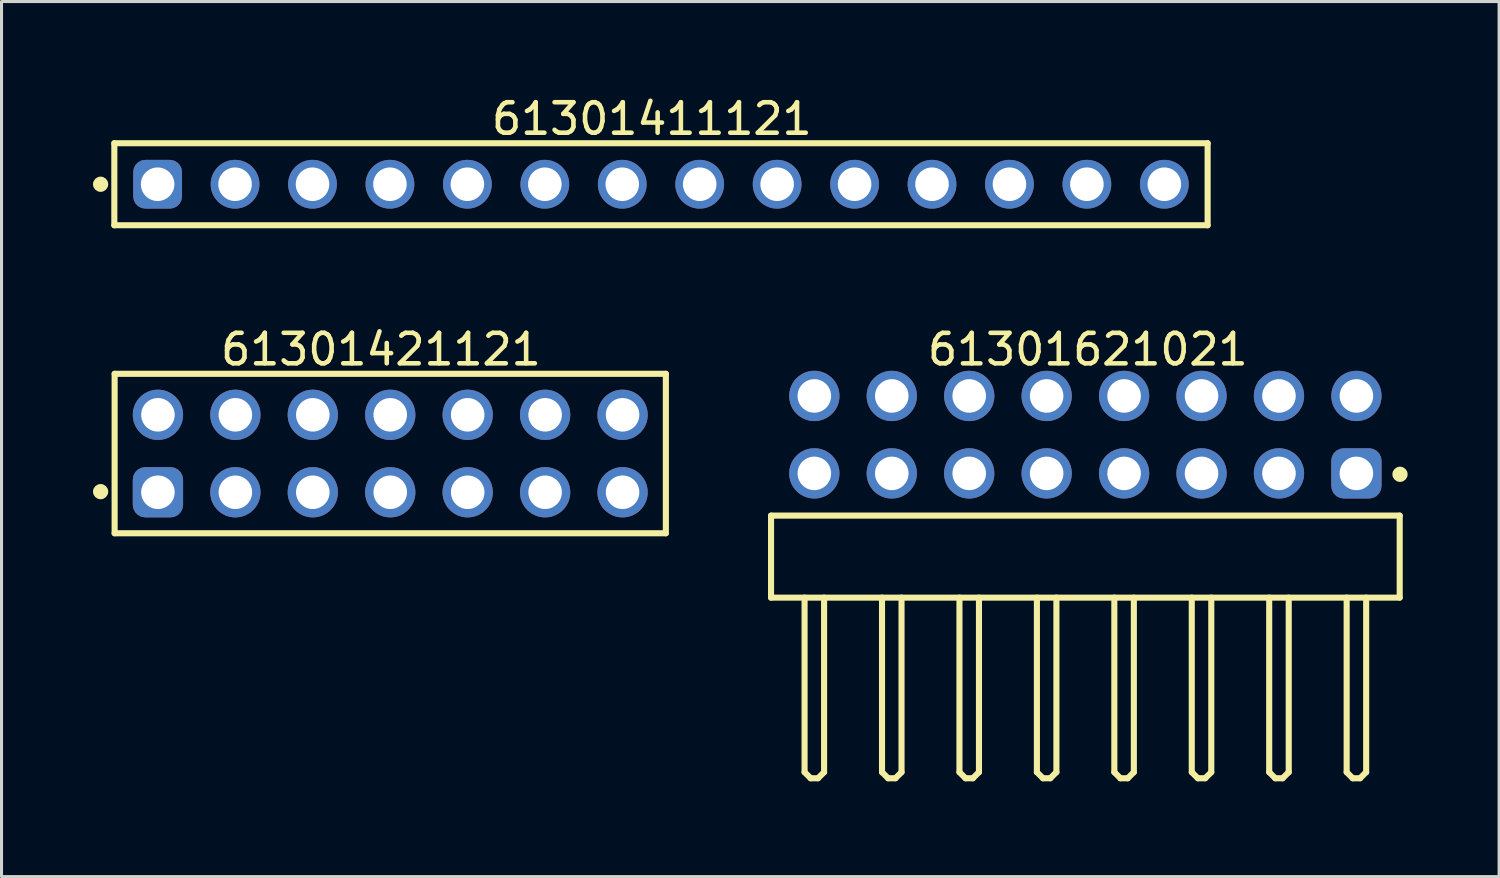
<source format=kicad_pcb>
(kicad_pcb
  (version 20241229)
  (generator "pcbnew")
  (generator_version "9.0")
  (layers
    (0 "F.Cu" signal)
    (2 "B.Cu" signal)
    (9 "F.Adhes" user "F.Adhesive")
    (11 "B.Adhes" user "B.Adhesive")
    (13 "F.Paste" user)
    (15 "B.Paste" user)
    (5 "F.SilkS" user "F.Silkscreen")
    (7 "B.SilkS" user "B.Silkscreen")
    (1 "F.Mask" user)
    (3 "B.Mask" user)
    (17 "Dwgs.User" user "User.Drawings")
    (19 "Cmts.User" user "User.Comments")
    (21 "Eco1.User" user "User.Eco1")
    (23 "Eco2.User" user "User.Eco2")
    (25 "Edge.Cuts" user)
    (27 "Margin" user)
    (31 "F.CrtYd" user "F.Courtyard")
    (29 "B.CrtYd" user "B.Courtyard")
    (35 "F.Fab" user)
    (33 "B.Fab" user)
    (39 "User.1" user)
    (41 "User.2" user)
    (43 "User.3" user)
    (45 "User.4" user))
  (footprint "61301621021"
    (layer "F.Cu")
    (at 32.55 15.207)
    (property "Reference" "61301621021" (at 0.08 -6.795 0) (layer "F.SilkS") (effects (font (size 1 1) (thickness 0.15))))
    (fp_line (start -10.31 -1.345) (end 10.31 -1.345) (stroke (width 0.2) (type solid)) (layer "F.SilkS"))
    (fp_line (start -10.31 1.345) (end -10.31 -1.345) (stroke (width 0.2) (type solid)) (layer "F.SilkS"))
    (fp_line (start -10.31 1.345) (end 10.31 1.345) (stroke (width 0.2) (type solid)) (layer "F.SilkS"))
    (fp_line (start -9.21 7.07) (end -9.21 1.345) (stroke (width 0.2) (type solid)) (layer "F.SilkS"))
    (fp_line (start -9.21 7.07) (end -9.01 7.27) (stroke (width 0.2) (type solid)) (layer "F.SilkS"))
    (fp_line (start -9.01 7.27) (end -8.77 7.27) (stroke (width 0.2) (type solid)) (layer "F.SilkS"))
    (fp_line (start -8.77 7.27) (end -8.57 7.07) (stroke (width 0.2) (type solid)) (layer "F.SilkS"))
    (fp_line (start -8.57 7.07) (end -8.57 1.345) (stroke (width 0.2) (type solid)) (layer "F.SilkS"))
    (fp_line (start -6.67 7.07) (end -6.67 1.345) (stroke (width 0.2) (type solid)) (layer "F.SilkS"))
    (fp_line (start -6.67 7.07) (end -6.47 7.27) (stroke (width 0.2) (type solid)) (layer "F.SilkS"))
    (fp_line (start -6.47 7.27) (end -6.23 7.27) (stroke (width 0.2) (type solid)) (layer "F.SilkS"))
    (fp_line (start -6.23 7.27) (end -6.03 7.07) (stroke (width 0.2) (type solid)) (layer "F.SilkS"))
    (fp_line (start -6.03 7.07) (end -6.03 1.345) (stroke (width 0.2) (type solid)) (layer "F.SilkS"))
    (fp_line (start -4.13 7.07) (end -4.13 1.345) (stroke (width 0.2) (type solid)) (layer "F.SilkS"))
    (fp_line (start -4.13 7.07) (end -3.93 7.27) (stroke (width 0.2) (type solid)) (layer "F.SilkS"))
    (fp_line (start -3.93 7.27) (end -3.69 7.27) (stroke (width 0.2) (type solid)) (layer "F.SilkS"))
    (fp_line (start -3.69 7.27) (end -3.49 7.07) (stroke (width 0.2) (type solid)) (layer "F.SilkS"))
    (fp_line (start -3.49 7.07) (end -3.49 1.345) (stroke (width 0.2) (type solid)) (layer "F.SilkS"))
    (fp_line (start -1.59 7.07) (end -1.59 1.345) (stroke (width 0.2) (type solid)) (layer "F.SilkS"))
    (fp_line (start -1.59 7.07) (end -1.39 7.27) (stroke (width 0.2) (type solid)) (layer "F.SilkS"))
    (fp_line (start -1.39 7.27) (end -1.15 7.27) (stroke (width 0.2) (type solid)) (layer "F.SilkS"))
    (fp_line (start -1.15 7.27) (end -0.95 7.07) (stroke (width 0.2) (type solid)) (layer "F.SilkS"))
    (fp_line (start -0.95 7.07) (end -0.95 1.345) (stroke (width 0.2) (type solid)) (layer "F.SilkS"))
    (fp_line (start 0.95 7.07) (end 0.95 1.345) (stroke (width 0.2) (type solid)) (layer "F.SilkS"))
    (fp_line (start 0.95 7.07) (end 1.15 7.27) (stroke (width 0.2) (type solid)) (layer "F.SilkS"))
    (fp_line (start 1.15 7.27) (end 1.39 7.27) (stroke (width 0.2) (type solid)) (layer "F.SilkS"))
    (fp_line (start 1.39 7.27) (end 1.59 7.07) (stroke (width 0.2) (type solid)) (layer "F.SilkS"))
    (fp_line (start 1.59 7.07) (end 1.59 1.345) (stroke (width 0.2) (type solid)) (layer "F.SilkS"))
    (fp_line (start 3.49 7.07) (end 3.49 1.345) (stroke (width 0.2) (type solid)) (layer "F.SilkS"))
    (fp_line (start 3.49 7.07) (end 3.69 7.27) (stroke (width 0.2) (type solid)) (layer "F.SilkS"))
    (fp_line (start 3.69 7.27) (end 3.93 7.27) (stroke (width 0.2) (type solid)) (layer "F.SilkS"))
    (fp_line (start 3.93 7.27) (end 4.13 7.07) (stroke (width 0.2) (type solid)) (layer "F.SilkS"))
    (fp_line (start 4.13 7.07) (end 4.13 1.345) (stroke (width 0.2) (type solid)) (layer "F.SilkS"))
    (fp_line (start 6.03 7.07) (end 6.03 1.345) (stroke (width 0.2) (type solid)) (layer "F.SilkS"))
    (fp_line (start 6.03 7.07) (end 6.23 7.27) (stroke (width 0.2) (type solid)) (layer "F.SilkS"))
    (fp_line (start 6.23 7.27) (end 6.47 7.27) (stroke (width 0.2) (type solid)) (layer "F.SilkS"))
    (fp_line (start 6.47 7.27) (end 6.67 7.07) (stroke (width 0.2) (type solid)) (layer "F.SilkS"))
    (fp_line (start 6.67 7.07) (end 6.67 1.345) (stroke (width 0.2) (type solid)) (layer "F.SilkS"))
    (fp_line (start 8.57 7.07) (end 8.57 1.345) (stroke (width 0.2) (type solid)) (layer "F.SilkS"))
    (fp_line (start 8.57 7.07) (end 8.77 7.27) (stroke (width 0.2) (type solid)) (layer "F.SilkS"))
    (fp_line (start 8.77 7.27) (end 9.01 7.27) (stroke (width 0.2) (type solid)) (layer "F.SilkS"))
    (fp_line (start 9.01 7.27) (end 9.21 7.07) (stroke (width 0.2) (type solid)) (layer "F.SilkS"))
    (fp_line (start 9.21 7.07) (end 9.21 1.345) (stroke (width 0.2) (type solid)) (layer "F.SilkS"))
    (fp_line (start 10.31 1.345) (end 10.31 -1.345) (stroke (width 0.2) (type solid)) (layer "F.SilkS"))
    (fp_circle (center 10.32 -2.7) (end 10.32 -2.825) (stroke (width 0.25) (type solid)) (fill no) (layer "F.SilkS"))
    (fp_line (start -10.51 -6.295) (end 10.51 -6.295) (stroke (width 0.05) (type solid)) (layer "Eco2.User"))
    (fp_line (start -10.51 7.47) (end -10.51 -6.295) (stroke (width 0.05) (type solid)) (layer "Eco2.User"))
    (fp_line (start -10.51 7.47) (end 10.51 7.47) (stroke (width 0.05) (type solid)) (layer "Eco2.User"))
    (fp_line (start -10.16 -1.27) (end 10.16 -1.27) (stroke (width 0.1) (type solid)) (layer "Eco2.User"))
    (fp_line (start -10.16 1.27) (end -10.16 -1.27) (stroke (width 0.1) (type solid)) (layer "Eco2.User"))
    (fp_line (start -10.16 1.27) (end 10.16 1.27) (stroke (width 0.1) (type solid)) (layer "Eco2.User"))
    (fp_line (start -9.21 -5.63) (end -8.57 -5.63) (stroke (width 0.1) (type solid)) (layer "Eco2.User"))
    (fp_line (start -9.21 -3.09) (end -8.57 -3.09) (stroke (width 0.1) (type solid)) (layer "Eco2.User"))
    (fp_line (start -9.21 -1.27) (end -9.21 -5.63) (stroke (width 0.1) (type solid)) (layer "Eco2.User"))
    (fp_line (start -9.21 7.07) (end -9.21 1.27) (stroke (width 0.1) (type solid)) (layer "Eco2.User"))
    (fp_line (start -9.21 7.07) (end -9.01 7.27) (stroke (width 0.1) (type solid)) (layer "Eco2.User"))
    (fp_line (start -9.01 7.27) (end -8.77 7.27) (stroke (width 0.1) (type solid)) (layer "Eco2.User"))
    (fp_line (start -8.77 7.27) (end -8.57 7.07) (stroke (width 0.1) (type solid)) (layer "Eco2.User"))
    (fp_line (start -8.57 -1.27) (end -8.57 -5.63) (stroke (width 0.1) (type solid)) (layer "Eco2.User"))
    (fp_line (start -8.57 7.07) (end -8.57 1.27) (stroke (width 0.1) (type solid)) (layer "Eco2.User"))
    (fp_line (start -6.67 -5.63) (end -6.03 -5.63) (stroke (width 0.1) (type solid)) (layer "Eco2.User"))
    (fp_line (start -6.67 -3.09) (end -6.03 -3.09) (stroke (width 0.1) (type solid)) (layer "Eco2.User"))
    (fp_line (start -6.67 -1.27) (end -6.67 -5.63) (stroke (width 0.1) (type solid)) (layer "Eco2.User"))
    (fp_line (start -6.67 7.07) (end -6.67 1.27) (stroke (width 0.1) (type solid)) (layer "Eco2.User"))
    (fp_line (start -6.67 7.07) (end -6.47 7.27) (stroke (width 0.1) (type solid)) (layer "Eco2.User"))
    (fp_line (start -6.47 7.27) (end -6.23 7.27) (stroke (width 0.1) (type solid)) (layer "Eco2.User"))
    (fp_line (start -6.23 7.27) (end -6.03 7.07) (stroke (width 0.1) (type solid)) (layer "Eco2.User"))
    (fp_line (start -6.03 -1.27) (end -6.03 -5.63) (stroke (width 0.1) (type solid)) (layer "Eco2.User"))
    (fp_line (start -6.03 7.07) (end -6.03 1.27) (stroke (width 0.1) (type solid)) (layer "Eco2.User"))
    (fp_line (start -4.13 -5.63) (end -3.49 -5.63) (stroke (width 0.1) (type solid)) (layer "Eco2.User"))
    (fp_line (start -4.13 -3.09) (end -3.49 -3.09) (stroke (width 0.1) (type solid)) (layer "Eco2.User"))
    (fp_line (start -4.13 -1.27) (end -4.13 -5.63) (stroke (width 0.1) (type solid)) (layer "Eco2.User"))
    (fp_line (start -4.13 7.07) (end -4.13 1.27) (stroke (width 0.1) (type solid)) (layer "Eco2.User"))
    (fp_line (start -4.13 7.07) (end -3.93 7.27) (stroke (width 0.1) (type solid)) (layer "Eco2.User"))
    (fp_line (start -3.93 7.27) (end -3.69 7.27) (stroke (width 0.1) (type solid)) (layer "Eco2.User"))
    (fp_line (start -3.69 7.27) (end -3.49 7.07) (stroke (width 0.1) (type solid)) (layer "Eco2.User"))
    (fp_line (start -3.49 -1.27) (end -3.49 -5.63) (stroke (width 0.1) (type solid)) (layer "Eco2.User"))
    (fp_line (start -3.49 7.07) (end -3.49 1.27) (stroke (width 0.1) (type solid)) (layer "Eco2.User"))
    (fp_line (start -1.59 -5.63) (end -0.95 -5.63) (stroke (width 0.1) (type solid)) (layer "Eco2.User"))
    (fp_line (start -1.59 -3.09) (end -0.95 -3.09) (stroke (width 0.1) (type solid)) (layer "Eco2.User"))
    (fp_line (start -1.59 -1.27) (end -1.59 -5.63) (stroke (width 0.1) (type solid)) (layer "Eco2.User"))
    (fp_line (start -1.59 7.07) (end -1.59 1.27) (stroke (width 0.1) (type solid)) (layer "Eco2.User"))
    (fp_line (start -1.59 7.07) (end -1.39 7.27) (stroke (width 0.1) (type solid)) (layer "Eco2.User"))
    (fp_line (start -1.39 7.27) (end -1.15 7.27) (stroke (width 0.1) (type solid)) (layer "Eco2.User"))
    (fp_line (start -1.15 7.27) (end -0.95 7.07) (stroke (width 0.1) (type solid)) (layer "Eco2.User"))
    (fp_line (start -0.95 -1.27) (end -0.95 -5.63) (stroke (width 0.1) (type solid)) (layer "Eco2.User"))
    (fp_line (start -0.95 7.07) (end -0.95 1.27) (stroke (width 0.1) (type solid)) (layer "Eco2.User"))
    (fp_line (start -0.5 0) (end 0.5 0) (stroke (width 0.05) (type solid)) (layer "Eco2.User"))
    (fp_line (start 0 0.5) (end 0 -0.5) (stroke (width 0.05) (type solid)) (layer "Eco2.User"))
    (fp_line (start 0.95 -5.63) (end 1.59 -5.63) (stroke (width 0.1) (type solid)) (layer "Eco2.User"))
    (fp_line (start 0.95 -3.09) (end 1.59 -3.09) (stroke (width 0.1) (type solid)) (layer "Eco2.User"))
    (fp_line (start 0.95 -1.27) (end 0.95 -5.63) (stroke (width 0.1) (type solid)) (layer "Eco2.User"))
    (fp_line (start 0.95 7.07) (end 0.95 1.27) (stroke (width 0.1) (type solid)) (layer "Eco2.User"))
    (fp_line (start 0.95 7.07) (end 1.15 7.27) (stroke (width 0.1) (type solid)) (layer "Eco2.User"))
    (fp_line (start 1.15 7.27) (end 1.39 7.27) (stroke (width 0.1) (type solid)) (layer "Eco2.User"))
    (fp_line (start 1.39 7.27) (end 1.59 7.07) (stroke (width 0.1) (type solid)) (layer "Eco2.User"))
    (fp_line (start 1.59 -1.27) (end 1.59 -5.63) (stroke (width 0.1) (type solid)) (layer "Eco2.User"))
    (fp_line (start 1.59 7.07) (end 1.59 1.27) (stroke (width 0.1) (type solid)) (layer "Eco2.User"))
    (fp_line (start 3.49 -5.63) (end 4.13 -5.63) (stroke (width 0.1) (type solid)) (layer "Eco2.User"))
    (fp_line (start 3.49 -3.09) (end 4.13 -3.09) (stroke (width 0.1) (type solid)) (layer "Eco2.User"))
    (fp_line (start 3.49 -1.27) (end 3.49 -5.63) (stroke (width 0.1) (type solid)) (layer "Eco2.User"))
    (fp_line (start 3.49 7.07) (end 3.49 1.27) (stroke (width 0.1) (type solid)) (layer "Eco2.User"))
    (fp_line (start 3.49 7.07) (end 3.69 7.27) (stroke (width 0.1) (type solid)) (layer "Eco2.User"))
    (fp_line (start 3.69 7.27) (end 3.93 7.27) (stroke (width 0.1) (type solid)) (layer "Eco2.User"))
    (fp_line (start 3.93 7.27) (end 4.13 7.07) (stroke (width 0.1) (type solid)) (layer "Eco2.User"))
    (fp_line (start 4.13 -1.27) (end 4.13 -5.63) (stroke (width 0.1) (type solid)) (layer "Eco2.User"))
    (fp_line (start 4.13 7.07) (end 4.13 1.27) (stroke (width 0.1) (type solid)) (layer "Eco2.User"))
    (fp_line (start 6.03 -5.63) (end 6.67 -5.63) (stroke (width 0.1) (type solid)) (layer "Eco2.User"))
    (fp_line (start 6.03 -3.09) (end 6.67 -3.09) (stroke (width 0.1) (type solid)) (layer "Eco2.User"))
    (fp_line (start 6.03 -3.09) (end 6.67 -3.09) (stroke (width 0.1) (type solid)) (layer "Eco2.User"))
    (fp_line (start 6.03 -1.27) (end 6.03 -5.63) (stroke (width 0.1) (type solid)) (layer "Eco2.User"))
    (fp_line (start 6.03 7.07) (end 6.03 1.27) (stroke (width 0.1) (type solid)) (layer "Eco2.User"))
    (fp_line (start 6.03 7.07) (end 6.23 7.27) (stroke (width 0.1) (type solid)) (layer "Eco2.User"))
    (fp_line (start 6.23 7.27) (end 6.47 7.27) (stroke (width 0.1) (type solid)) (layer "Eco2.User"))
    (fp_line (start 6.47 7.27) (end 6.67 7.07) (stroke (width 0.1) (type solid)) (layer "Eco2.User"))
    (fp_line (start 6.67 -1.27) (end 6.67 -5.63) (stroke (width 0.1) (type solid)) (layer "Eco2.User"))
    (fp_line (start 6.67 7.07) (end 6.67 1.27) (stroke (width 0.1) (type solid)) (layer "Eco2.User"))
    (fp_line (start 8.57 -5.63) (end 9.21 -5.63) (stroke (width 0.1) (type solid)) (layer "Eco2.User"))
    (fp_line (start 8.57 -3.09) (end 9.21 -3.09) (stroke (width 0.1) (type solid)) (layer "Eco2.User"))
    (fp_line (start 8.57 -1.27) (end 8.57 -5.63) (stroke (width 0.1) (type solid)) (layer "Eco2.User"))
    (fp_line (start 8.57 7.07) (end 8.57 1.27) (stroke (width 0.1) (type solid)) (layer "Eco2.User"))
    (fp_line (start 8.57 7.07) (end 8.77 7.27) (stroke (width 0.1) (type solid)) (layer "Eco2.User"))
    (fp_line (start 8.77 7.27) (end 9.01 7.27) (stroke (width 0.1) (type solid)) (layer "Eco2.User"))
    (fp_line (start 9.01 7.27) (end 9.21 7.07) (stroke (width 0.1) (type solid)) (layer "Eco2.User"))
    (fp_line (start 9.21 -1.27) (end 9.21 -5.63) (stroke (width 0.1) (type solid)) (layer "Eco2.User"))
    (fp_line (start 9.21 7.07) (end 9.21 1.27) (stroke (width 0.1) (type solid)) (layer "Eco2.User"))
    (fp_line (start 10.16 1.27) (end 10.16 -1.27) (stroke (width 0.1) (type solid)) (layer "Eco2.User"))
    (fp_line (start 10.51 7.47) (end 10.51 -6.295) (stroke (width 0.05) (type solid)) (layer "Eco2.User"))
    (fp_text user "${REFERENCE}" (at 0.15 -0.197 0) (unlocked yes) (layer "User.3") (effects (font (size 1.5 1.5) (thickness 0.15))))
    (pad "1" thru_hole roundrect (at 8.89 -2.73) (size 1.65 1.65) (drill 1.1) (layers "*.Cu" "*.Mask") (roundrect_rratio 0.25))
    (pad "2" thru_hole circle (at 8.89 -5.27) (size 1.65 1.65) (drill 1.1) (layers "*.Cu" "*.Mask"))
    (pad "3" thru_hole circle (at 6.35 -2.73) (size 1.65 1.65) (drill 1.1) (layers "*.Cu" "*.Mask"))
    (pad "4" thru_hole circle (at 6.35 -5.27) (size 1.65 1.65) (drill 1.1) (layers "*.Cu" "*.Mask"))
    (pad "5" thru_hole circle (at 3.81 -2.73) (size 1.65 1.65) (drill 1.1) (layers "*.Cu" "*.Mask"))
    (pad "6" thru_hole circle (at 3.81 -5.27) (size 1.65 1.65) (drill 1.1) (layers "*.Cu" "*.Mask"))
    (pad "7" thru_hole circle (at 1.27 -2.73) (size 1.65 1.65) (drill 1.1) (layers "*.Cu" "*.Mask"))
    (pad "8" thru_hole circle (at 1.27 -5.27) (size 1.65 1.65) (drill 1.1) (layers "*.Cu" "*.Mask"))
    (pad "9" thru_hole circle (at -1.27 -2.73) (size 1.65 1.65) (drill 1.1) (layers "*.Cu" "*.Mask"))
    (pad "10" thru_hole circle (at -1.27 -5.27) (size 1.65 1.65) (drill 1.1) (layers "*.Cu" "*.Mask"))
    (pad "11" thru_hole circle (at -3.81 -2.73) (size 1.65 1.65) (drill 1.1) (layers "*.Cu" "*.Mask"))
    (pad "12" thru_hole circle (at -3.81 -5.27) (size 1.65 1.65) (drill 1.1) (layers "*.Cu" "*.Mask"))
    (pad "13" thru_hole circle (at -6.35 -2.73) (size 1.65 1.65) (drill 1.1) (layers "*.Cu" "*.Mask"))
    (pad "14" thru_hole circle (at -6.35 -5.27) (size 1.65 1.65) (drill 1.1) (layers "*.Cu" "*.Mask"))
    (pad "15" thru_hole circle (at -8.89 -2.73) (size 1.65 1.65) (drill 1.1) (layers "*.Cu" "*.Mask"))
    (pad "16" thru_hole circle (at -8.89 -5.27) (size 1.65 1.65) (drill 1.1) (layers "*.Cu" "*.Mask")))
  (footprint "61301421121"
    (layer "F.Cu")
    (at 9.75 11.826)
    (property "Reference" "61301421121" (at -0.305 -3.415 0) (layer "F.SilkS") (effects (font (size 1 1) (thickness 0.15))))
    (fp_line (start -9.04 -2.615) (end 9.04 -2.615) (stroke (width 0.2) (type solid)) (layer "F.SilkS"))
    (fp_line (start -9.04 2.615) (end -9.04 -2.615) (stroke (width 0.2) (type solid)) (layer "F.SilkS"))
    (fp_line (start -9.04 2.615) (end 9.04 2.615) (stroke (width 0.2) (type solid)) (layer "F.SilkS"))
    (fp_line (start 9.04 2.615) (end 9.04 -2.615) (stroke (width 0.2) (type solid)) (layer "F.SilkS"))
    (fp_circle (center -9.5 1.25) (end -9.5 1.125) (stroke (width 0.25) (type solid)) (fill no) (layer "F.SilkS"))
    (fp_line (start -9.24 -2.815) (end 9.24 -2.815) (stroke (width 0.05) (type solid)) (layer "Eco2.User"))
    (fp_line (start -9.24 2.815) (end -9.24 -2.815) (stroke (width 0.05) (type solid)) (layer "Eco2.User"))
    (fp_line (start -9.24 2.815) (end 9.24 2.815) (stroke (width 0.05) (type solid)) (layer "Eco2.User"))
    (fp_line (start -8.89 -2.54) (end 8.89 -2.54) (stroke (width 0.1) (type solid)) (layer "Eco2.User"))
    (fp_line (start -8.89 2.54) (end -8.89 -2.54) (stroke (width 0.1) (type solid)) (layer "Eco2.User"))
    (fp_line (start -8.89 2.54) (end 8.89 2.54) (stroke (width 0.1) (type solid)) (layer "Eco2.User"))
    (fp_line (start -0.5 0) (end 0.5 0) (stroke (width 0.05) (type solid)) (layer "Eco2.User"))
    (fp_line (start 0 0.5) (end 0 -0.5) (stroke (width 0.05) (type solid)) (layer "Eco2.User"))
    (fp_line (start 8.89 2.54) (end 8.89 -2.54) (stroke (width 0.1) (type solid)) (layer "Eco2.User"))
    (fp_line (start 9.24 2.815) (end 9.24 -2.815) (stroke (width 0.05) (type solid)) (layer "Eco2.User"))
    (fp_text user "${REFERENCE}" (at 0.15 -0.197 0) (unlocked yes) (layer "User.3") (effects (font (size 1.5 1.5) (thickness 0.15))))
    (pad "1" thru_hole roundrect (at -7.62 1.27) (size 1.65 1.65) (drill 1.1) (layers "*.Cu" "*.Mask") (roundrect_rratio 0.25))
    (pad "2" thru_hole circle (at -7.62 -1.27) (size 1.65 1.65) (drill 1.1) (layers "*.Cu" "*.Mask"))
    (pad "3" thru_hole circle (at -5.08 1.27) (size 1.65 1.65) (drill 1.1) (layers "*.Cu" "*.Mask"))
    (pad "4" thru_hole circle (at -5.08 -1.27) (size 1.65 1.65) (drill 1.1) (layers "*.Cu" "*.Mask"))
    (pad "5" thru_hole circle (at -2.54 1.27) (size 1.65 1.65) (drill 1.1) (layers "*.Cu" "*.Mask"))
    (pad "6" thru_hole circle (at -2.54 -1.27) (size 1.65 1.65) (drill 1.1) (layers "*.Cu" "*.Mask"))
    (pad "7" thru_hole circle (at 0 1.27) (size 1.65 1.65) (drill 1.1) (layers "*.Cu" "*.Mask"))
    (pad "8" thru_hole circle (at 0 -1.27) (size 1.65 1.65) (drill 1.1) (layers "*.Cu" "*.Mask"))
    (pad "9" thru_hole circle (at 2.54 1.27) (size 1.65 1.65) (drill 1.1) (layers "*.Cu" "*.Mask"))
    (pad "10" thru_hole circle (at 2.54 -1.27) (size 1.65 1.65) (drill 1.1) (layers "*.Cu" "*.Mask"))
    (pad "11" thru_hole circle (at 5.08 1.27) (size 1.65 1.65) (drill 1.1) (layers "*.Cu" "*.Mask"))
    (pad "12" thru_hole circle (at 5.08 -1.27) (size 1.65 1.65) (drill 1.1) (layers "*.Cu" "*.Mask"))
    (pad "13" thru_hole circle (at 7.62 1.27) (size 1.65 1.65) (drill 1.1) (layers "*.Cu" "*.Mask"))
    (pad "14" thru_hole circle (at 7.62 -1.27) (size 1.65 1.65) (drill 1.1) (layers "*.Cu" "*.Mask")))
  (footprint "61301411121"
    (layer "F.Cu")
    (at 18.63 2.993)
    (property "Reference" "61301411121" (at -0.3 -2.145 0) (layer "F.SilkS") (effects (font (size 1 1) (thickness 0.15))))
    (fp_line (start -17.93 -1.345) (end 17.93 -1.345) (stroke (width 0.2) (type solid)) (layer "F.SilkS"))
    (fp_line (start -17.93 1.345) (end -17.93 -1.345) (stroke (width 0.2) (type solid)) (layer "F.SilkS"))
    (fp_line (start -17.93 1.345) (end 17.93 1.345) (stroke (width 0.2) (type solid)) (layer "F.SilkS"))
    (fp_line (start 17.93 1.345) (end 17.93 -1.345) (stroke (width 0.2) (type solid)) (layer "F.SilkS"))
    (fp_circle (center -18.38 0) (end -18.38 -0.125) (stroke (width 0.25) (type solid)) (fill no) (layer "F.SilkS"))
    (fp_line (start -18.13 -1.545) (end 18.13 -1.545) (stroke (width 0.05) (type solid)) (layer "Eco2.User"))
    (fp_line (start -18.13 1.545) (end -18.13 -1.545) (stroke (width 0.05) (type solid)) (layer "Eco2.User"))
    (fp_line (start -18.13 1.545) (end 18.13 1.545) (stroke (width 0.05) (type solid)) (layer "Eco2.User"))
    (fp_line (start -17.78 -1.27) (end 17.78 -1.27) (stroke (width 0.1) (type solid)) (layer "Eco2.User"))
    (fp_line (start -17.78 1.27) (end -17.78 -1.27) (stroke (width 0.1) (type solid)) (layer "Eco2.User"))
    (fp_line (start -17.78 1.27) (end 17.78 1.27) (stroke (width 0.1) (type solid)) (layer "Eco2.User"))
    (fp_line (start -0.5 0) (end 0.5 0) (stroke (width 0.05) (type solid)) (layer "Eco2.User"))
    (fp_line (start 0 0.5) (end 0 -0.5) (stroke (width 0.05) (type solid)) (layer "Eco2.User"))
    (fp_line (start 17.78 1.27) (end 17.78 -1.27) (stroke (width 0.1) (type solid)) (layer "Eco2.User"))
    (fp_line (start 18.13 1.545) (end 18.13 -1.545) (stroke (width 0.05) (type solid)) (layer "Eco2.User"))
    (fp_text user "${REFERENCE}" (at 0.15 -0.197 0) (unlocked yes) (layer "User.3") (effects (font (size 1.5 1.5) (thickness 0.15))))
    (pad "1" thru_hole roundrect (at -16.51 0) (size 1.6 1.6) (drill 1.1) (layers "*.Cu" "*.Mask") (roundrect_rratio 0.25))
    (pad "2" thru_hole circle (at -13.97 0) (size 1.6 1.6) (drill 1.1) (layers "*.Cu" "*.Mask"))
    (pad "3" thru_hole circle (at -11.43 0) (size 1.6 1.6) (drill 1.1) (layers "*.Cu" "*.Mask"))
    (pad "4" thru_hole circle (at -8.89 0) (size 1.6 1.6) (drill 1.1) (layers "*.Cu" "*.Mask"))
    (pad "5" thru_hole circle (at -6.35 0) (size 1.6 1.6) (drill 1.1) (layers "*.Cu" "*.Mask"))
    (pad "6" thru_hole circle (at -3.81 0) (size 1.6 1.6) (drill 1.1) (layers "*.Cu" "*.Mask"))
    (pad "7" thru_hole circle (at -1.27 0) (size 1.6 1.6) (drill 1.1) (layers "*.Cu" "*.Mask"))
    (pad "8" thru_hole circle (at 1.27 0) (size 1.6 1.6) (drill 1.1) (layers "*.Cu" "*.Mask"))
    (pad "9" thru_hole circle (at 3.81 0) (size 1.6 1.6) (drill 1.1) (layers "*.Cu" "*.Mask"))
    (pad "10" thru_hole circle (at 6.35 0) (size 1.6 1.6) (drill 1.1) (layers "*.Cu" "*.Mask"))
    (pad "11" thru_hole circle (at 8.89 0) (size 1.6 1.6) (drill 1.1) (layers "*.Cu" "*.Mask"))
    (pad "12" thru_hole circle (at 11.43 0) (size 1.6 1.6) (drill 1.1) (layers "*.Cu" "*.Mask"))
    (pad "13" thru_hole circle (at 13.97 0) (size 1.6 1.6) (drill 1.1) (layers "*.Cu" "*.Mask"))
    (pad "14" thru_hole circle (at 16.51 0) (size 1.6 1.6) (drill 1.1) (layers "*.Cu" "*.Mask")))
  (gr_rect
    (start -3 -3)
    (end 46.12 25.701)
    (stroke (width 0.1) (type default))
    (fill no)
    (layer "Edge.Cuts")))
</source>
